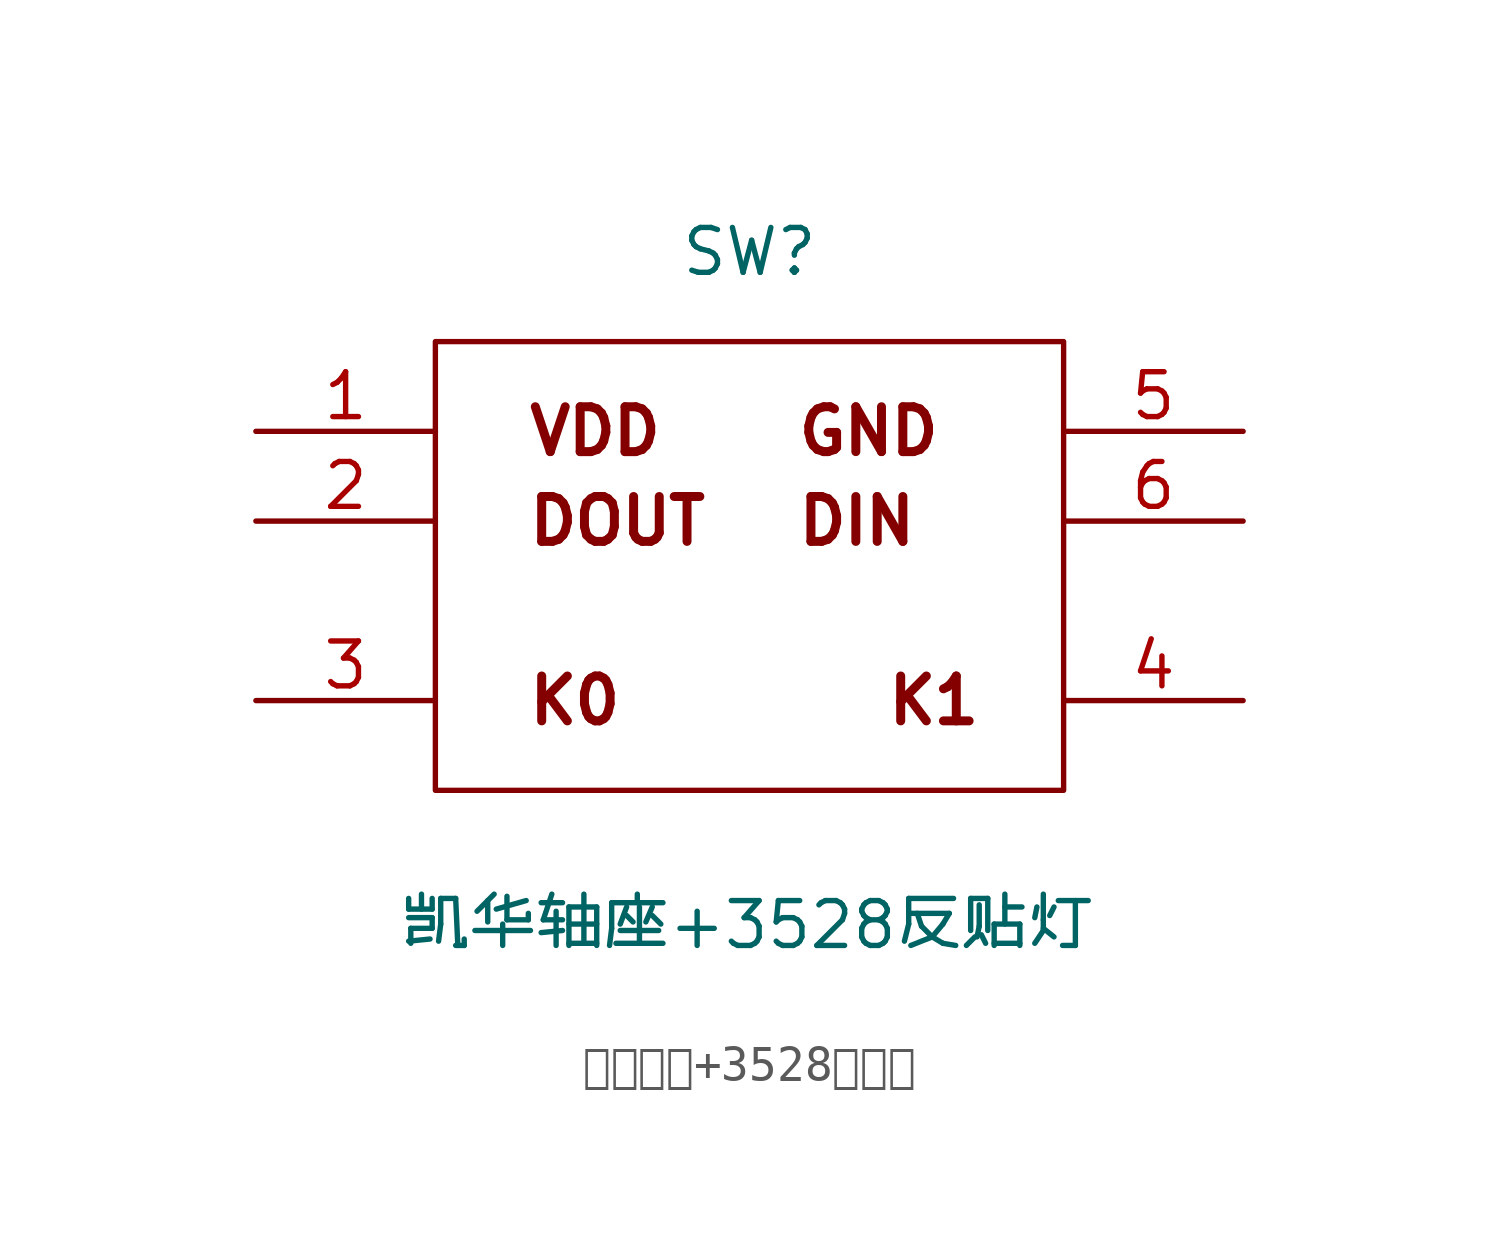
<source format=kicad_sym>
(kicad_symbol_lib
  (version 20211014)
  (generator kicad_symbol_editor)
  (symbol "凯华轴座+3528反贴灯"
    (pin_names
      (offset 1.016) hide)
    (property "Reference" "SW"
      (at 0 8.89 0)
      (effects (font (size 1.27 1.27))))
    (property "Value" "凯华轴座+3528反贴灯"
      (at 0 -10.16 0)
      (effects (font (size 1.27 1.27))))
    (symbol "凯华轴座+3528反贴灯_1_1"
      (rectangle (start -8.89 6.35) (end 8.89 -6.35) (stroke (width 0.152) (type default) (color 0 0 0 0)) (fill (type none)))
      (text "DIN" (at 1.27 1.27 0) (effects (font (size 1.27 1.27) bold) (justify left)))
      (text "DOUT" (at -6.35 1.27 0) (effects (font (size 1.27 1.27) bold) (justify left)))
      (text "GND" (at 1.27 3.81 0) (effects (font (size 1.27 1.27) bold) (justify left)))
      (text "K0" (at -6.35 -3.81 0) (effects (font (size 1.27 1.27) bold) (justify left)))
      (text "K1" (at 3.81 -3.81 0) (effects (font (size 1.27 1.27) bold) (justify left)))
      (text "VDD" (at -6.35 3.81 0) (effects (font (size 1.27 1.27) bold) (justify left)))
      (pin input line (at -13.97 3.81 0) (length 5.08) (name "1" (effects (font (size 1.27 1.27)))) (number "1" (effects (font (size 1.27 1.27)))))
      (pin output line (at -13.97 1.27 0) (length 5.08) (name "2" (effects (font (size 1.27 1.27)))) (number "2" (effects (font (size 1.27 1.27)))))
      (pin input line (at -13.97 -3.81 0) (length 5.08) (name "3" (effects (font (size 1.27 1.27)))) (number "3" (effects (font (size 1.27 1.27)))))
      (pin input line (at 13.97 -3.81 180) (length 5.08) (name "4" (effects (font (size 1.27 1.27)))) (number "4" (effects (font (size 1.27 1.27)))))
      (pin input line (at 13.97 3.81 180) (length 5.08) (name "5" (effects (font (size 1.27 1.27)))) (number "5" (effects (font (size 1.27 1.27)))))
      (pin input line (at 13.97 1.27 180) (length 5.08) (name "6" (effects (font (size 1.27 1.27)))) (number "6" (effects (font (size 1.27 1.27))))))))
</source>
